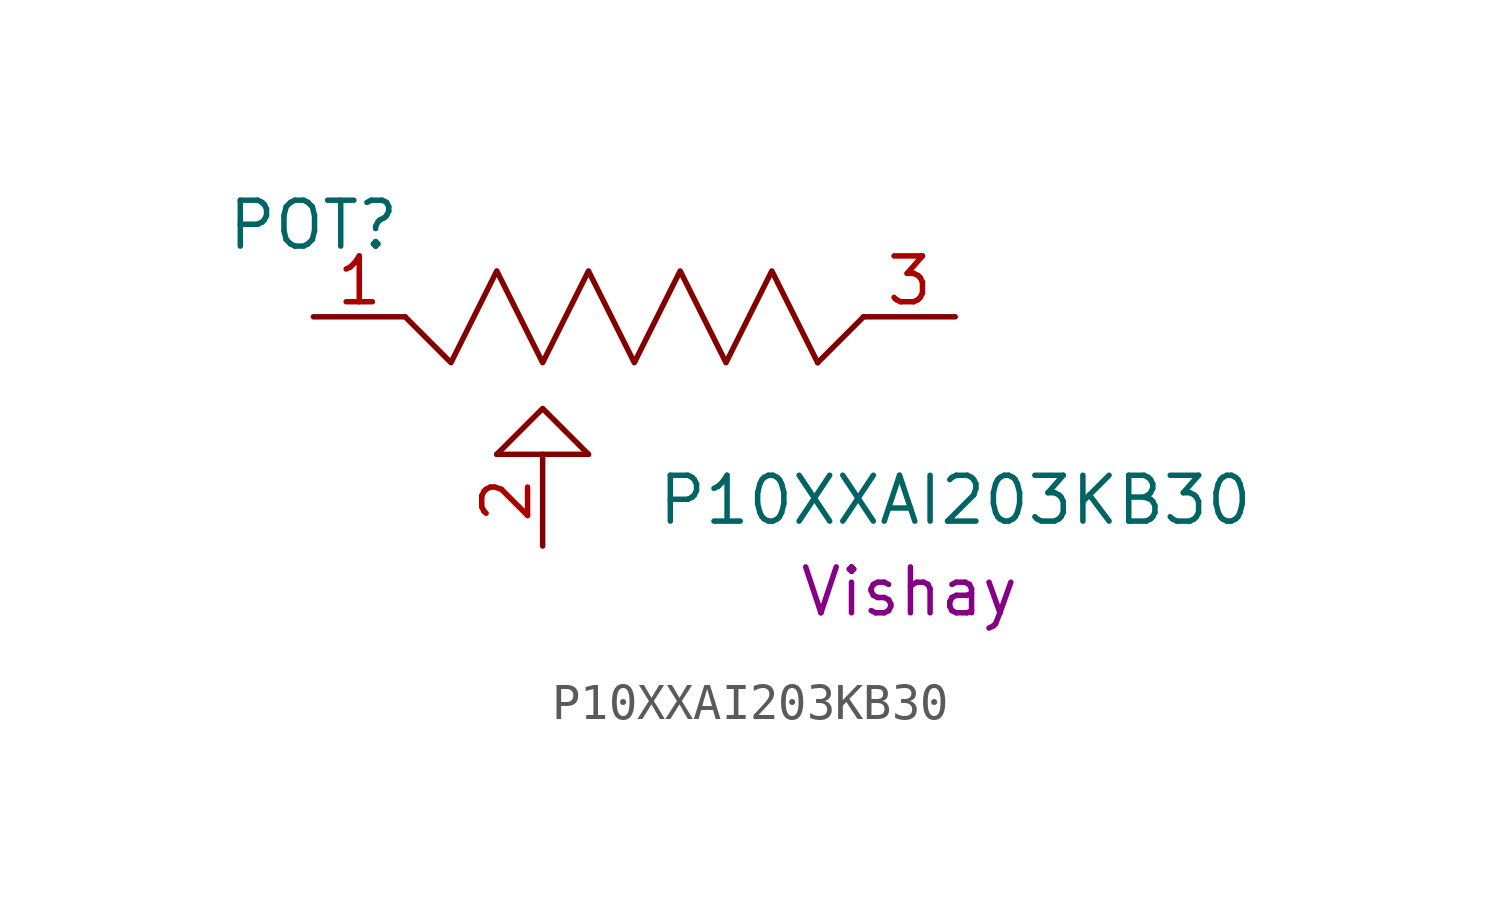
<source format=kicad_sym>
(kicad_symbol_lib
  (version 20211014)
  (generator kicad_symbol_editor)
  (symbol "P10XXAI203KB30"
    (property "Reference" "POT"
      (at 2.54 2.54 0)
      (effects (font (size 1.27 1.27))))
    (property "Value" "P10XXAI203KB30"
      (at 20.32 -5.08 0)
      (effects (font (size 1.27 1.27))))
    (property "Manufacturer" "Vishay"
      (at 19.05 -7.62 0)
      (effects (font (size 1.27 1.27))))
    (symbol "P10XXAI203KB30_0_1"
      (polyline (pts (xy 7.62 -3.81) (xy 10.16 -3.81)) (stroke (width 0) (type default) (color 0 0 0 0)) (fill (type none)))
      (polyline (pts (xy 16.51 -1.27) (xy 17.78 0)) (stroke (width 0) (type default) (color 0 0 0 0)) (fill (type none)))
      (polyline (pts (xy 8.89 -2.54) (xy 7.62 -3.81) (xy 8.89 -2.54) (xy 10.16 -3.81)) (stroke (width 0) (type default) (color 0 0 0 0)) (fill (type none)))
      (polyline (pts (xy 5.08 0) (xy 6.35 -1.27) (xy 7.62 1.27) (xy 8.89 -1.27) (xy 10.16 1.27) (xy 11.43 -1.27) (xy 12.7 1.27) (xy 13.97 -1.27) (xy 15.24 1.27) (xy 16.51 -1.27)) (stroke (width 0) (type default) (color 0 0 0 0)) (fill (type none))))
    (symbol "P10XXAI203KB30_1_1"
      (pin passive line (at 2.54 0 0) (length 2.54) (name "" (effects (font (size 1.27 1.27)))) (number "1" (effects (font (size 1.27 1.27)))))
      (pin passive line (at 8.89 -6.35 90) (length 2.54) (name "" (effects (font (size 1.27 1.27)))) (number "2" (effects (font (size 1.27 1.27)))))
      (pin passive line (at 20.32 0 180) (length 2.54) (name "" (effects (font (size 1.27 1.27)))) (number "3" (effects (font (size 1.27 1.27))))))))
</source>
